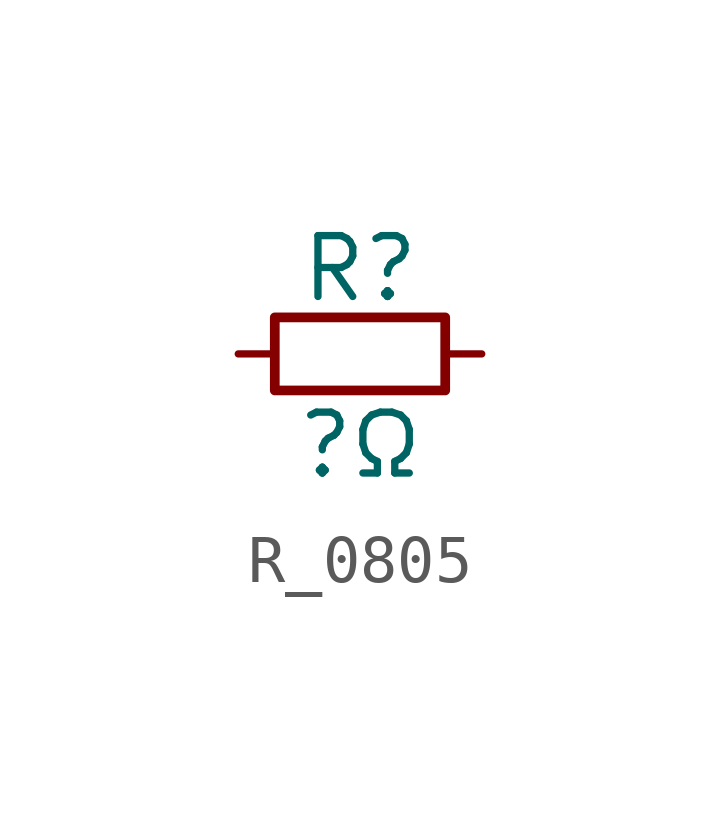
<source format=kicad_sym>
(kicad_symbol_lib
  (version 20220914)
  (generator kicad_symbol_editor)
  (symbol "R_0805"
    (pin_numbers hide)
    (pin_names hide)
    (property "Reference" "R"
      (at 2.54 1.778 0)
      (effects (font (size 1.27 1.27))))
    (property "Value" "?Ω"
      (at 2.54 -1.905 0)
      (effects (font (size 1.27 1.27))))
    (symbol "R_0805_0_1"
      (rectangle (start 0.762 0.762) (end 4.318 -0.762) (stroke (width 0.203) (type default)) (fill (type none))))
    (symbol "R_0805_1_1"
      (pin passive line (at 0 0 0) (length 0.72) (name "~" (effects (font (size 1.27 1.27)))) (number "1" (effects (font (size 1.27 1.27)))))
      (pin passive line (at 5.08 0 180) (length 0.72) (name "~" (effects (font (size 1.27 1.27)))) (number "2" (effects (font (size 1.27 1.27))))))))
</source>
